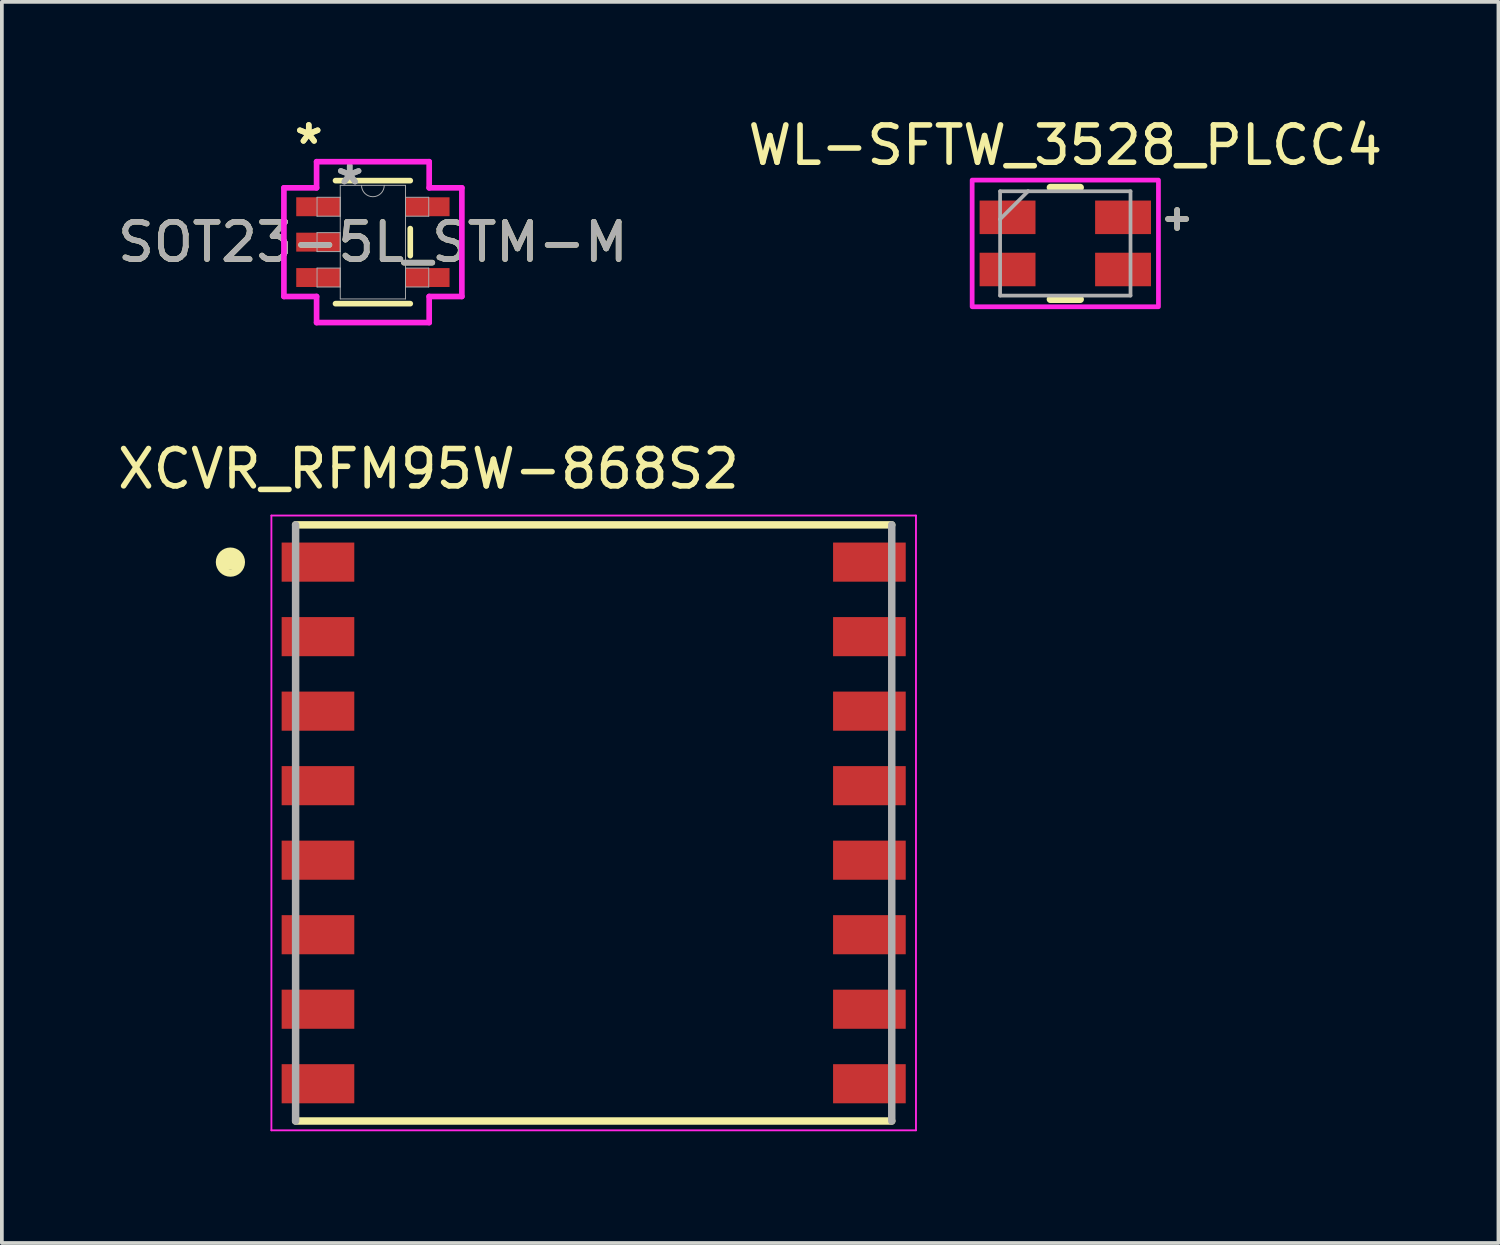
<source format=kicad_pcb>
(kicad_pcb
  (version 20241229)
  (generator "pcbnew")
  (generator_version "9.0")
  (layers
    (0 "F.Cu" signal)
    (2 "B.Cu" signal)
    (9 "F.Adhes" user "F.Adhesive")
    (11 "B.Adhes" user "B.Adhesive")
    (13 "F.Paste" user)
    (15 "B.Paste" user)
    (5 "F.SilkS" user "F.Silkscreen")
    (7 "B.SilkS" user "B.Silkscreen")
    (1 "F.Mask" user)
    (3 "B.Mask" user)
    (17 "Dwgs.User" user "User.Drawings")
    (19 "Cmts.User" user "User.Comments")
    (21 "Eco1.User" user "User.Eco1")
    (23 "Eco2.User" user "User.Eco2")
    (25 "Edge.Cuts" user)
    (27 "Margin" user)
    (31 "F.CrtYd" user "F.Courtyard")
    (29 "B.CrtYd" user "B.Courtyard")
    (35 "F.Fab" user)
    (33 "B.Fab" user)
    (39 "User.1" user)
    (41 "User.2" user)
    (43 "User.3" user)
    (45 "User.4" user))
  (footprint "XCVR_RFM95W-868S2"
    (layer "F.Cu")
    (at 12.884 19.037)
    (property "Reference" "XCVR_RFM95W-868S2" (at -4.433 -9.503 0) (layer "F.SilkS") (effects (font (size 1.002 1.002) (thickness 0.15))))
    (attr smd)
    (fp_line (start -8 -8) (end 8 -8) (stroke (width 0.2) (type solid)) (layer "F.SilkS"))
    (fp_line (start 8 8) (end -8 8) (stroke (width 0.2) (type solid)) (layer "F.SilkS"))
    (fp_circle (center -9.75 -7) (end -9.458 -7) (stroke (width 0.2) (type solid)) (fill no) (layer "F.SilkS"))
    (fp_poly (pts (xy -10.011 -7.2) (xy -9.5 -7.2) (xy -9.5 -6.808) (xy -10.011 -6.808)) (stroke (width 0.01) (type solid)) (fill yes) (layer "F.SilkS"))
    (fp_line (start -8.65 -8.25) (end 8.65 -8.25) (stroke (width 0.05) (type solid)) (layer "F.CrtYd"))
    (fp_line (start -8.65 8.25) (end -8.65 -8.25) (stroke (width 0.05) (type solid)) (layer "F.CrtYd"))
    (fp_line (start 8.65 -8.25) (end 8.65 8.25) (stroke (width 0.05) (type solid)) (layer "F.CrtYd"))
    (fp_line (start 8.65 8.25) (end -8.65 8.25) (stroke (width 0.05) (type solid)) (layer "F.CrtYd"))
    (fp_line (start -8 8) (end -8 -8) (stroke (width 0.2) (type solid)) (layer "F.Fab"))
    (fp_line (start 8 -8) (end 8 8) (stroke (width 0.2) (type solid)) (layer "F.Fab"))
    (pad "1" smd rect (at -7.4 -7) (size 1.95 1.05) (layers "F.Cu" "F.Mask" "F.Paste"))
    (pad "2" smd rect (at -7.4 -5) (size 1.95 1.05) (layers "F.Cu" "F.Mask" "F.Paste"))
    (pad "3" smd rect (at -7.4 -3) (size 1.95 1.05) (layers "F.Cu" "F.Mask" "F.Paste"))
    (pad "4" smd rect (at -7.4 -1) (size 1.95 1.05) (layers "F.Cu" "F.Mask" "F.Paste"))
    (pad "5" smd rect (at -7.4 1) (size 1.95 1.05) (layers "F.Cu" "F.Mask" "F.Paste"))
    (pad "6" smd rect (at -7.4 3) (size 1.95 1.05) (layers "F.Cu" "F.Mask" "F.Paste"))
    (pad "7" smd rect (at -7.4 5) (size 1.95 1.05) (layers "F.Cu" "F.Mask" "F.Paste"))
    (pad "8" smd rect (at -7.4 7) (size 1.95 1.05) (layers "F.Cu" "F.Mask" "F.Paste"))
    (pad "9" smd rect (at 7.4 7 180) (size 1.95 1.05) (layers "F.Cu" "F.Mask" "F.Paste"))
    (pad "10" smd rect (at 7.4 5 180) (size 1.95 1.05) (layers "F.Cu" "F.Mask" "F.Paste"))
    (pad "11" smd rect (at 7.4 3 180) (size 1.95 1.05) (layers "F.Cu" "F.Mask" "F.Paste"))
    (pad "12" smd rect (at 7.4 1 180) (size 1.95 1.05) (layers "F.Cu" "F.Mask" "F.Paste"))
    (pad "13" smd rect (at 7.4 -1 180) (size 1.95 1.05) (layers "F.Cu" "F.Mask" "F.Paste"))
    (pad "14" smd rect (at 7.4 -3 180) (size 1.95 1.05) (layers "F.Cu" "F.Mask" "F.Paste"))
    (pad "15" smd rect (at 7.4 -5 180) (size 1.95 1.05) (layers "F.Cu" "F.Mask" "F.Paste"))
    (pad "16" smd rect (at 7.4 -7 180) (size 1.95 1.05) (layers "F.Cu" "F.Mask" "F.Paste")))
  (footprint "SOT23-5L_STM-M"
    (layer "F.Cu")
    (at 6.958 3.449)
    (property "Reference" "SOT23-5L_STM-M" (at 0 0 0) (unlocked yes) (layer "F.SilkS") (effects (font (size 1 1) (thickness 0.15))))
    (attr smd)
    (fp_line (start -1.003 1.651) (end 1.003 1.651) (stroke (width 0.152) (type solid)) (layer "F.SilkS"))
    (fp_line (start 1.003 -1.651) (end -1.003 -1.651) (stroke (width 0.152) (type solid)) (layer "F.SilkS"))
    (fp_line (start 1.003 0.363) (end 1.003 -0.363) (stroke (width 0.152) (type solid)) (layer "F.SilkS"))
    (fp_line (start -2.388 -1.458) (end -1.511 -1.458) (stroke (width 0.152) (type solid)) (layer "F.CrtYd"))
    (fp_line (start -2.388 1.458) (end -2.388 -1.458) (stroke (width 0.152) (type solid)) (layer "F.CrtYd"))
    (fp_line (start -1.511 -2.159) (end 1.511 -2.159) (stroke (width 0.152) (type solid)) (layer "F.CrtYd"))
    (fp_line (start -1.511 -1.458) (end -1.511 -2.159) (stroke (width 0.152) (type solid)) (layer "F.CrtYd"))
    (fp_line (start -1.511 1.458) (end -2.388 1.458) (stroke (width 0.152) (type solid)) (layer "F.CrtYd"))
    (fp_line (start -1.511 2.159) (end -1.511 1.458) (stroke (width 0.152) (type solid)) (layer "F.CrtYd"))
    (fp_line (start 1.511 -2.159) (end 1.511 -1.458) (stroke (width 0.152) (type solid)) (layer "F.CrtYd"))
    (fp_line (start 1.511 -1.458) (end 2.388 -1.458) (stroke (width 0.152) (type solid)) (layer "F.CrtYd"))
    (fp_line (start 1.511 1.458) (end 1.511 2.159) (stroke (width 0.152) (type solid)) (layer "F.CrtYd"))
    (fp_line (start 1.511 2.159) (end -1.511 2.159) (stroke (width 0.152) (type solid)) (layer "F.CrtYd"))
    (fp_line (start 2.388 -1.458) (end 2.388 1.458) (stroke (width 0.152) (type solid)) (layer "F.CrtYd"))
    (fp_line (start 2.388 1.458) (end 1.511 1.458) (stroke (width 0.152) (type solid)) (layer "F.CrtYd"))
    (fp_line (start -1.499 -1.204) (end -1.499 -0.696) (stroke (width 0.025) (type solid)) (layer "F.Fab"))
    (fp_line (start -1.499 -0.696) (end -0.876 -0.696) (stroke (width 0.025) (type solid)) (layer "F.Fab"))
    (fp_line (start -1.499 -0.254) (end -1.499 0.254) (stroke (width 0.025) (type solid)) (layer "F.Fab"))
    (fp_line (start -1.499 0.254) (end -0.876 0.254) (stroke (width 0.025) (type solid)) (layer "F.Fab"))
    (fp_line (start -1.499 0.696) (end -1.499 1.204) (stroke (width 0.025) (type solid)) (layer "F.Fab"))
    (fp_line (start -1.499 1.204) (end -0.876 1.204) (stroke (width 0.025) (type solid)) (layer "F.Fab"))
    (fp_line (start -0.876 -1.524) (end -0.876 1.524) (stroke (width 0.025) (type solid)) (layer "F.Fab"))
    (fp_line (start -0.876 -1.204) (end -1.499 -1.204) (stroke (width 0.025) (type solid)) (layer "F.Fab"))
    (fp_line (start -0.876 -0.696) (end -0.876 -1.204) (stroke (width 0.025) (type solid)) (layer "F.Fab"))
    (fp_line (start -0.876 -0.254) (end -1.499 -0.254) (stroke (width 0.025) (type solid)) (layer "F.Fab"))
    (fp_line (start -0.876 0.254) (end -0.876 -0.254) (stroke (width 0.025) (type solid)) (layer "F.Fab"))
    (fp_line (start -0.876 0.696) (end -1.499 0.696) (stroke (width 0.025) (type solid)) (layer "F.Fab"))
    (fp_line (start -0.876 1.204) (end -0.876 0.696) (stroke (width 0.025) (type solid)) (layer "F.Fab"))
    (fp_line (start -0.876 1.524) (end 0.876 1.524) (stroke (width 0.025) (type solid)) (layer "F.Fab"))
    (fp_line (start 0.876 -1.524) (end -0.876 -1.524) (stroke (width 0.025) (type solid)) (layer "F.Fab"))
    (fp_line (start 0.876 -1.204) (end 0.876 -0.696) (stroke (width 0.025) (type solid)) (layer "F.Fab"))
    (fp_line (start 0.876 -0.696) (end 1.499 -0.696) (stroke (width 0.025) (type solid)) (layer "F.Fab"))
    (fp_line (start 0.876 0.696) (end 0.876 1.204) (stroke (width 0.025) (type solid)) (layer "F.Fab"))
    (fp_line (start 0.876 1.204) (end 1.499 1.204) (stroke (width 0.025) (type solid)) (layer "F.Fab"))
    (fp_line (start 0.876 1.524) (end 0.876 -1.524) (stroke (width 0.025) (type solid)) (layer "F.Fab"))
    (fp_line (start 1.499 -1.204) (end 0.876 -1.204) (stroke (width 0.025) (type solid)) (layer "F.Fab"))
    (fp_line (start 1.499 -0.696) (end 1.499 -1.204) (stroke (width 0.025) (type solid)) (layer "F.Fab"))
    (fp_line (start 1.499 0.696) (end 0.876 0.696) (stroke (width 0.025) (type solid)) (layer "F.Fab"))
    (fp_line (start 1.499 1.204) (end 1.499 0.696) (stroke (width 0.025) (type solid)) (layer "F.Fab"))
    (fp_arc (start 0.3048 -1.524) (mid 0 -1.2192) (end -0.3048 -1.524) (stroke (width 0.0254) (type solid)) (layer "F.Fab"))
    (fp_text user "*" (at -1.721 -2.601 0) (unlocked yes) (layer "F.SilkS") (effects (font (size 1 1) (thickness 0.15))))
    (fp_text user "*" (at -1.721 -2.601 0) (layer "F.SilkS") (effects (font (size 1 1) (thickness 0.15))))
    (fp_text user "${REFERENCE}" (at 0 0 0) (unlocked yes) (layer "F.Fab") (effects (font (size 1 1) (thickness 0.15))))
    (fp_text user "*" (at -0.622 -1.509 0) (layer "F.Fab") (effects (font (size 1 1) (thickness 0.15))))
    (fp_text user "*" (at -0.622 -1.509 0) (unlocked yes) (layer "F.Fab") (effects (font (size 1 1) (thickness 0.15))))
    (pad "1" smd rect (at -1.467 -0.95) (size 1.181 0.508) (layers "F.Cu" "F.Mask" "F.Paste"))
    (pad "2" smd rect (at -1.467 0) (size 1.181 0.508) (layers "F.Cu" "F.Mask" "F.Paste"))
    (pad "3" smd rect (at -1.467 0.95) (size 1.181 0.508) (layers "F.Cu" "F.Mask" "F.Paste"))
    (pad "4" smd rect (at 1.467 0.95) (size 1.181 0.508) (layers "F.Cu" "F.Mask" "F.Paste"))
    (pad "5" smd rect (at 1.467 -0.95) (size 1.181 0.508) (layers "F.Cu" "F.Mask" "F.Paste")))
  (footprint "WL-SFTW_3528_PLCC4"
    (layer "F.Cu")
    (at 25.542 3.483)
    (property "Reference" "WL-SFTW_3528_PLCC4" (at 0 -2.635 0) (layer "F.SilkS") (effects (font (size 1 1) (thickness 0.15))))
    (attr smd)
    (fp_line (start -0.4 -1.5) (end 0.4 -1.5) (stroke (width 0.2) (type solid)) (layer "F.SilkS"))
    (fp_line (start -0.4 1.5) (end 0.4 1.5) (stroke (width 0.2) (type solid)) (layer "F.SilkS"))
    (fp_poly (pts (xy -2.5 -1.7) (xy 2.5 -1.7) (xy 2.5 1.7) (xy -2.5 1.7)) (stroke (width 0.127) (type solid)) (fill no) (layer "F.CrtYd"))
    (fp_line (start -1.75 -1.4) (end -1 -1.4) (stroke (width 0.1) (type solid)) (layer "F.Fab"))
    (fp_line (start -1.75 -0.65) (end -1.75 -1.4) (stroke (width 0.1) (type solid)) (layer "F.Fab"))
    (fp_line (start -1.75 -0.65) (end -1 -1.4) (stroke (width 0.1) (type solid)) (layer "F.Fab"))
    (fp_line (start -1.75 1.4) (end -1.75 -0.65) (stroke (width 0.1) (type solid)) (layer "F.Fab"))
    (fp_line (start -1 -1.4) (end 1.75 -1.4) (stroke (width 0.1) (type solid)) (layer "F.Fab"))
    (fp_line (start 1.75 -1.4) (end 1.75 1.4) (stroke (width 0.1) (type solid)) (layer "F.Fab"))
    (fp_line (start 1.75 1.4) (end -1.75 1.4) (stroke (width 0.1) (type solid)) (layer "F.Fab"))
    (fp_text user "+" (at 3 -0.7 0) (layer "F.SilkS") (effects (font (size 0.64 0.64) (thickness 0.15))))
    (fp_text user "+" (at 3 -0.7 0) (layer "F.Fab") (effects (font (size 0.64 0.64) (thickness 0.15))))
    (pad "1" smd rect (at 1.55 -0.7 180) (size 1.5 0.9) (layers "F.Cu" "F.Mask" "F.Paste"))
    (pad "2" smd rect (at 1.55 0.7 180) (size 1.5 0.9) (layers "F.Cu" "F.Mask" "F.Paste"))
    (pad "3" smd rect (at -1.55 -0.7 180) (size 1.5 0.9) (layers "F.Cu" "F.Mask" "F.Paste"))
    (pad "4" smd rect (at -1.55 0.7 180) (size 1.5 0.9) (layers "F.Cu" "F.Mask" "F.Paste")))
  (gr_rect
    (start -3 -3)
    (end 37.167 30.312)
    (stroke (width 0.1) (type default))
    (fill no)
    (layer "Edge.Cuts")))
</source>
